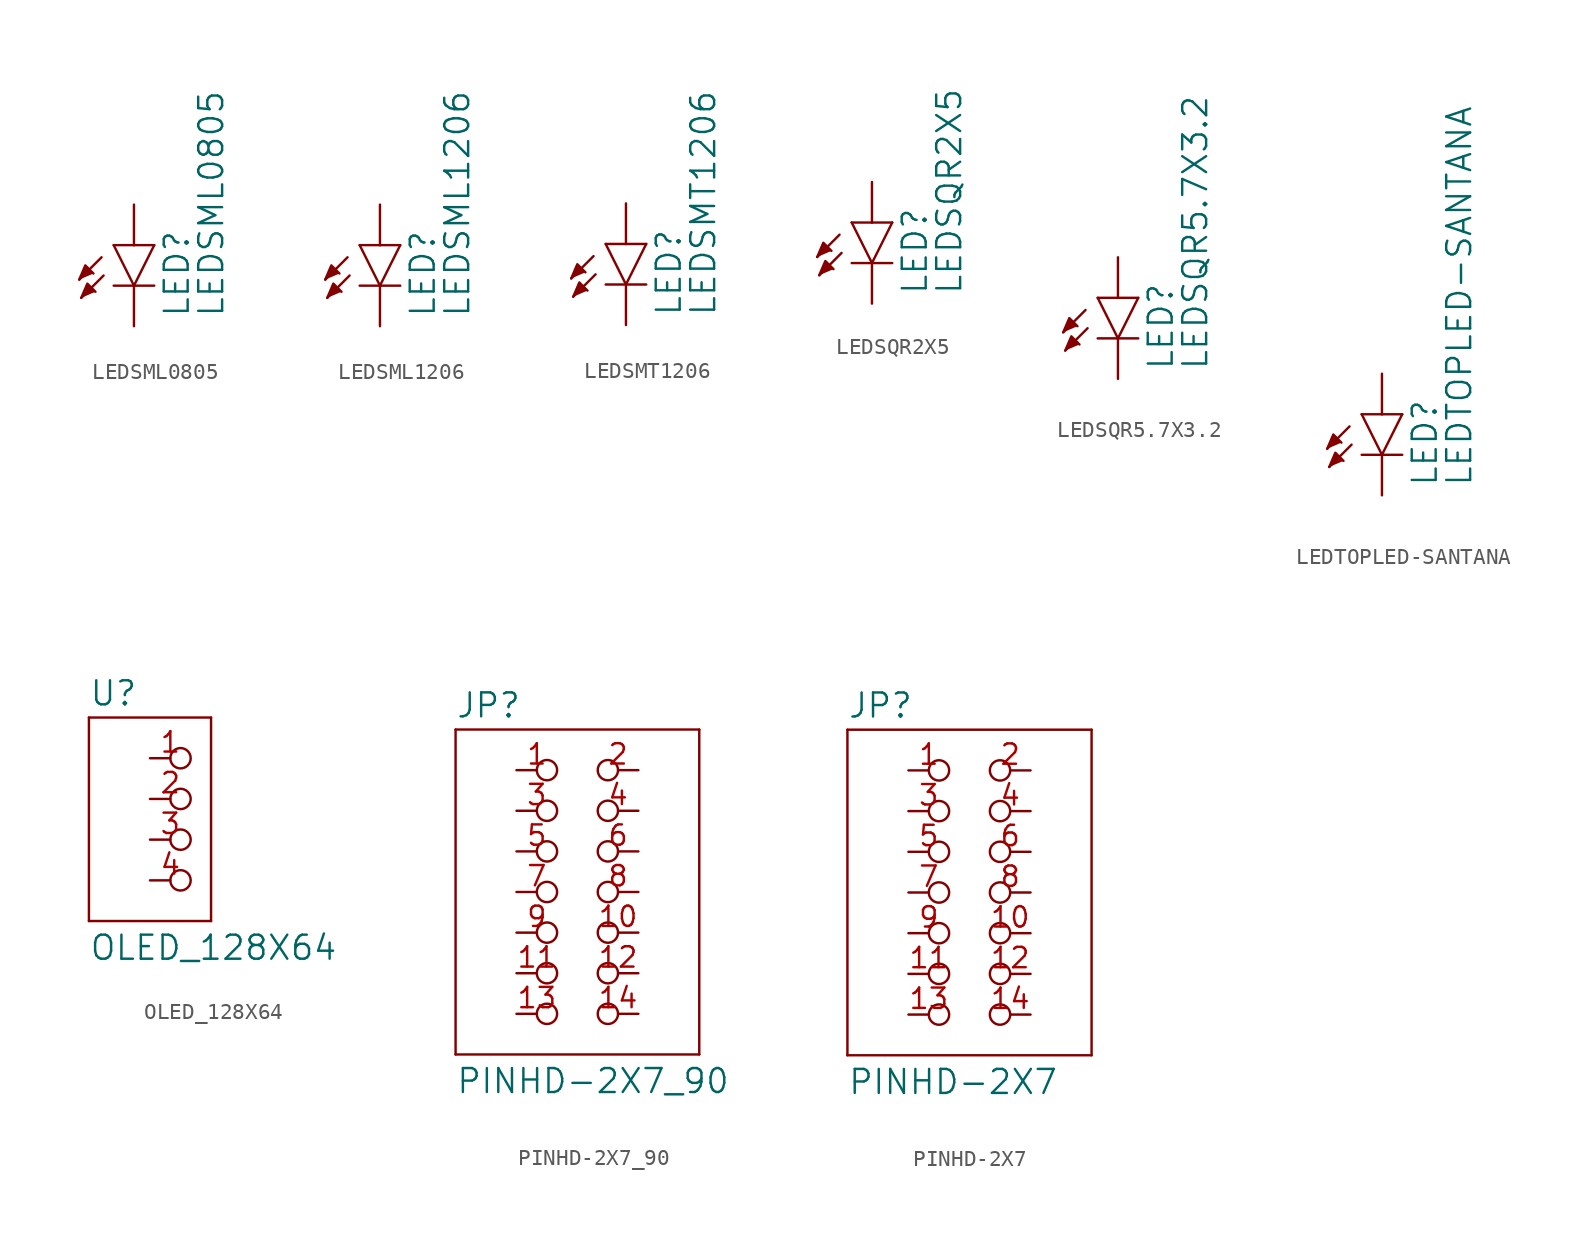
<source format=kicad_sym>
(kicad_symbol_lib
  (version 20211014)
  (generator kicad_symbol_editor)
  (symbol "LEDSML0805"
    (pin_names
      (offset 1.016))
    (property "Reference" "LED"
      (at 3.556 -4.572 90)
      (effects (font (size 1.499 1.499)) (justify left bottom)))
    (property "Value" "LEDSML0805"
      (at 5.715 -4.572 90)
      (effects (font (size 1.499 1.499)) (justify left bottom)))
    (property "ki_locked" ""
      (at 0 0 0)
      (effects (font (size 1.27 1.27))))
    (symbol "LEDSML0805_1_0"
      (polyline (pts (xy -2.032 -0.762) (xy -3.429 -2.159)) (stroke (width 0) (type default) (color 0 0 0 0)) (fill (type none)))
      (polyline (pts (xy -1.905 -1.905) (xy -3.302 -3.302)) (stroke (width 0) (type default) (color 0 0 0 0)) (fill (type none)))
      (polyline (pts (xy 0 -2.54) (xy -1.27 -2.54)) (stroke (width 0) (type default) (color 0 0 0 0)) (fill (type none)))
      (polyline (pts (xy 0 -2.54) (xy -1.27 0)) (stroke (width 0) (type default) (color 0 0 0 0)) (fill (type none)))
      (polyline (pts (xy 0 0) (xy -1.27 0)) (stroke (width 0) (type default) (color 0 0 0 0)) (fill (type none)))
      (polyline (pts (xy 1.27 -2.54) (xy 0 -2.54)) (stroke (width 0) (type default) (color 0 0 0 0)) (fill (type none)))
      (polyline (pts (xy 1.27 0) (xy 0 -2.54)) (stroke (width 0) (type default) (color 0 0 0 0)) (fill (type none)))
      (polyline (pts (xy 1.27 0) (xy 0 0)) (stroke (width 0) (type default) (color 0 0 0 0)) (fill (type none)))
      (polyline (pts (xy -3.429 -2.159) (xy -3.048 -1.27) (xy -2.54 -1.778)) (stroke (width 0) (type default) (color 0 0 0 0)) (fill (type outline)))
      (polyline (pts (xy -3.302 -3.302) (xy -2.921 -2.413) (xy -2.413 -2.921)) (stroke (width 0) (type default) (color 0 0 0 0)) (fill (type outline)))
      (pin passive line (at 0 2.54 270) (length 2.54) (name "A" (effects (font (size 0 0)))) (number "A" (effects (font (size 0 0)))))
      (pin passive line (at 0 -5.08 90) (length 2.54) (name "C" (effects (font (size 0 0)))) (number "C" (effects (font (size 0 0)))))))
  (symbol "LEDSML1206"
    (pin_names
      (offset 1.016))
    (property "Reference" "LED"
      (at 3.556 -4.572 90)
      (effects (font (size 1.499 1.499)) (justify left bottom)))
    (property "Value" "LEDSML1206"
      (at 5.715 -4.572 90)
      (effects (font (size 1.499 1.499)) (justify left bottom)))
    (property "ki_locked" ""
      (at 0 0 0)
      (effects (font (size 1.27 1.27))))
    (symbol "LEDSML1206_1_0"
      (polyline (pts (xy -2.032 -0.762) (xy -3.429 -2.159)) (stroke (width 0) (type default) (color 0 0 0 0)) (fill (type none)))
      (polyline (pts (xy -1.905 -1.905) (xy -3.302 -3.302)) (stroke (width 0) (type default) (color 0 0 0 0)) (fill (type none)))
      (polyline (pts (xy 0 -2.54) (xy -1.27 -2.54)) (stroke (width 0) (type default) (color 0 0 0 0)) (fill (type none)))
      (polyline (pts (xy 0 -2.54) (xy -1.27 0)) (stroke (width 0) (type default) (color 0 0 0 0)) (fill (type none)))
      (polyline (pts (xy 0 0) (xy -1.27 0)) (stroke (width 0) (type default) (color 0 0 0 0)) (fill (type none)))
      (polyline (pts (xy 1.27 -2.54) (xy 0 -2.54)) (stroke (width 0) (type default) (color 0 0 0 0)) (fill (type none)))
      (polyline (pts (xy 1.27 0) (xy 0 -2.54)) (stroke (width 0) (type default) (color 0 0 0 0)) (fill (type none)))
      (polyline (pts (xy 1.27 0) (xy 0 0)) (stroke (width 0) (type default) (color 0 0 0 0)) (fill (type none)))
      (polyline (pts (xy -3.429 -2.159) (xy -3.048 -1.27) (xy -2.54 -1.778)) (stroke (width 0) (type default) (color 0 0 0 0)) (fill (type outline)))
      (polyline (pts (xy -3.302 -3.302) (xy -2.921 -2.413) (xy -2.413 -2.921)) (stroke (width 0) (type default) (color 0 0 0 0)) (fill (type outline)))
      (pin passive line (at 0 2.54 270) (length 2.54) (name "A" (effects (font (size 0 0)))) (number "A" (effects (font (size 0 0)))))
      (pin passive line (at 0 -5.08 90) (length 2.54) (name "C" (effects (font (size 0 0)))) (number "C" (effects (font (size 0 0)))))))
  (symbol "LEDSMT1206"
    (pin_names
      (offset 1.016))
    (property "Reference" "LED"
      (at 3.556 -4.572 90)
      (effects (font (size 1.499 1.499)) (justify left bottom)))
    (property "Value" "LEDSMT1206"
      (at 5.715 -4.572 90)
      (effects (font (size 1.499 1.499)) (justify left bottom)))
    (property "ki_locked" ""
      (at 0 0 0)
      (effects (font (size 1.27 1.27))))
    (symbol "LEDSMT1206_1_0"
      (polyline (pts (xy -2.032 -0.762) (xy -3.429 -2.159)) (stroke (width 0) (type default) (color 0 0 0 0)) (fill (type none)))
      (polyline (pts (xy -1.905 -1.905) (xy -3.302 -3.302)) (stroke (width 0) (type default) (color 0 0 0 0)) (fill (type none)))
      (polyline (pts (xy 0 -2.54) (xy -1.27 -2.54)) (stroke (width 0) (type default) (color 0 0 0 0)) (fill (type none)))
      (polyline (pts (xy 0 -2.54) (xy -1.27 0)) (stroke (width 0) (type default) (color 0 0 0 0)) (fill (type none)))
      (polyline (pts (xy 0 0) (xy -1.27 0)) (stroke (width 0) (type default) (color 0 0 0 0)) (fill (type none)))
      (polyline (pts (xy 1.27 -2.54) (xy 0 -2.54)) (stroke (width 0) (type default) (color 0 0 0 0)) (fill (type none)))
      (polyline (pts (xy 1.27 0) (xy 0 -2.54)) (stroke (width 0) (type default) (color 0 0 0 0)) (fill (type none)))
      (polyline (pts (xy 1.27 0) (xy 0 0)) (stroke (width 0) (type default) (color 0 0 0 0)) (fill (type none)))
      (polyline (pts (xy -3.429 -2.159) (xy -3.048 -1.27) (xy -2.54 -1.778)) (stroke (width 0) (type default) (color 0 0 0 0)) (fill (type outline)))
      (polyline (pts (xy -3.302 -3.302) (xy -2.921 -2.413) (xy -2.413 -2.921)) (stroke (width 0) (type default) (color 0 0 0 0)) (fill (type outline)))
      (pin passive line (at 0 2.54 270) (length 2.54) (name "A" (effects (font (size 0 0)))) (number "A" (effects (font (size 0 0)))))
      (pin passive line (at 0 -5.08 90) (length 2.54) (name "C" (effects (font (size 0 0)))) (number "C" (effects (font (size 0 0)))))))
  (symbol "LEDSQR2X5"
    (pin_names
      (offset 1.016))
    (property "Reference" "LED"
      (at 3.556 -4.572 90)
      (effects (font (size 1.499 1.499)) (justify left bottom)))
    (property "Value" "LEDSQR2X5"
      (at 5.715 -4.572 90)
      (effects (font (size 1.499 1.499)) (justify left bottom)))
    (property "ki_locked" ""
      (at 0 0 0)
      (effects (font (size 1.27 1.27))))
    (symbol "LEDSQR2X5_1_0"
      (polyline (pts (xy -2.032 -0.762) (xy -3.429 -2.159)) (stroke (width 0) (type default) (color 0 0 0 0)) (fill (type none)))
      (polyline (pts (xy -1.905 -1.905) (xy -3.302 -3.302)) (stroke (width 0) (type default) (color 0 0 0 0)) (fill (type none)))
      (polyline (pts (xy 0 -2.54) (xy -1.27 -2.54)) (stroke (width 0) (type default) (color 0 0 0 0)) (fill (type none)))
      (polyline (pts (xy 0 -2.54) (xy -1.27 0)) (stroke (width 0) (type default) (color 0 0 0 0)) (fill (type none)))
      (polyline (pts (xy 0 0) (xy -1.27 0)) (stroke (width 0) (type default) (color 0 0 0 0)) (fill (type none)))
      (polyline (pts (xy 1.27 -2.54) (xy 0 -2.54)) (stroke (width 0) (type default) (color 0 0 0 0)) (fill (type none)))
      (polyline (pts (xy 1.27 0) (xy 0 -2.54)) (stroke (width 0) (type default) (color 0 0 0 0)) (fill (type none)))
      (polyline (pts (xy 1.27 0) (xy 0 0)) (stroke (width 0) (type default) (color 0 0 0 0)) (fill (type none)))
      (polyline (pts (xy -3.429 -2.159) (xy -3.048 -1.27) (xy -2.54 -1.778)) (stroke (width 0) (type default) (color 0 0 0 0)) (fill (type outline)))
      (polyline (pts (xy -3.302 -3.302) (xy -2.921 -2.413) (xy -2.413 -2.921)) (stroke (width 0) (type default) (color 0 0 0 0)) (fill (type outline)))
      (pin passive line (at 0 2.54 270) (length 2.54) (name "A" (effects (font (size 0 0)))) (number "A" (effects (font (size 0 0)))))
      (pin passive line (at 0 -5.08 90) (length 2.54) (name "C" (effects (font (size 0 0)))) (number "K" (effects (font (size 0 0)))))))
  (symbol "LEDSQR5.7X3.2"
    (pin_names
      (offset 1.016))
    (property "Reference" "LED"
      (at 3.556 -4.572 90)
      (effects (font (size 1.499 1.499)) (justify left bottom)))
    (property "Value" "LEDSQR5.7X3.2"
      (at 5.715 -4.572 90)
      (effects (font (size 1.499 1.499)) (justify left bottom)))
    (property "ki_locked" ""
      (at 0 0 0)
      (effects (font (size 1.27 1.27))))
    (symbol "LEDSQR5.7X3.2_1_0"
      (polyline (pts (xy -2.032 -0.762) (xy -3.429 -2.159)) (stroke (width 0) (type default) (color 0 0 0 0)) (fill (type none)))
      (polyline (pts (xy -1.905 -1.905) (xy -3.302 -3.302)) (stroke (width 0) (type default) (color 0 0 0 0)) (fill (type none)))
      (polyline (pts (xy 0 -2.54) (xy -1.27 -2.54)) (stroke (width 0) (type default) (color 0 0 0 0)) (fill (type none)))
      (polyline (pts (xy 0 -2.54) (xy -1.27 0)) (stroke (width 0) (type default) (color 0 0 0 0)) (fill (type none)))
      (polyline (pts (xy 0 0) (xy -1.27 0)) (stroke (width 0) (type default) (color 0 0 0 0)) (fill (type none)))
      (polyline (pts (xy 1.27 -2.54) (xy 0 -2.54)) (stroke (width 0) (type default) (color 0 0 0 0)) (fill (type none)))
      (polyline (pts (xy 1.27 0) (xy 0 -2.54)) (stroke (width 0) (type default) (color 0 0 0 0)) (fill (type none)))
      (polyline (pts (xy 1.27 0) (xy 0 0)) (stroke (width 0) (type default) (color 0 0 0 0)) (fill (type none)))
      (polyline (pts (xy -3.429 -2.159) (xy -3.048 -1.27) (xy -2.54 -1.778)) (stroke (width 0) (type default) (color 0 0 0 0)) (fill (type outline)))
      (polyline (pts (xy -3.302 -3.302) (xy -2.921 -2.413) (xy -2.413 -2.921)) (stroke (width 0) (type default) (color 0 0 0 0)) (fill (type outline)))
      (pin passive line (at 0 2.54 270) (length 2.54) (name "A" (effects (font (size 0 0)))) (number "A" (effects (font (size 0 0)))))
      (pin passive line (at 0 -5.08 90) (length 2.54) (name "C" (effects (font (size 0 0)))) (number "K" (effects (font (size 0 0)))))))
  (symbol "LEDTOPLED-SANTANA"
    (pin_names
      (offset 1.016))
    (property "Reference" "LED"
      (at 3.556 -4.572 90)
      (effects (font (size 1.499 1.499)) (justify left bottom)))
    (property "Value" "LEDTOPLED-SANTANA"
      (at 5.715 -4.572 90)
      (effects (font (size 1.499 1.499)) (justify left bottom)))
    (property "ki_locked" ""
      (at 0 0 0)
      (effects (font (size 1.27 1.27))))
    (symbol "LEDTOPLED-SANTANA_1_0"
      (polyline (pts (xy -2.032 -0.762) (xy -3.429 -2.159)) (stroke (width 0) (type default) (color 0 0 0 0)) (fill (type none)))
      (polyline (pts (xy -1.905 -1.905) (xy -3.302 -3.302)) (stroke (width 0) (type default) (color 0 0 0 0)) (fill (type none)))
      (polyline (pts (xy 0 -2.54) (xy -1.27 -2.54)) (stroke (width 0) (type default) (color 0 0 0 0)) (fill (type none)))
      (polyline (pts (xy 0 -2.54) (xy -1.27 0)) (stroke (width 0) (type default) (color 0 0 0 0)) (fill (type none)))
      (polyline (pts (xy 0 0) (xy -1.27 0)) (stroke (width 0) (type default) (color 0 0 0 0)) (fill (type none)))
      (polyline (pts (xy 1.27 -2.54) (xy 0 -2.54)) (stroke (width 0) (type default) (color 0 0 0 0)) (fill (type none)))
      (polyline (pts (xy 1.27 0) (xy 0 -2.54)) (stroke (width 0) (type default) (color 0 0 0 0)) (fill (type none)))
      (polyline (pts (xy 1.27 0) (xy 0 0)) (stroke (width 0) (type default) (color 0 0 0 0)) (fill (type none)))
      (polyline (pts (xy -3.429 -2.159) (xy -3.048 -1.27) (xy -2.54 -1.778)) (stroke (width 0) (type default) (color 0 0 0 0)) (fill (type outline)))
      (polyline (pts (xy -3.302 -3.302) (xy -2.921 -2.413) (xy -2.413 -2.921)) (stroke (width 0) (type default) (color 0 0 0 0)) (fill (type outline)))
      (pin passive line (at 0 2.54 270) (length 2.54) (name "A" (effects (font (size 0 0)))) (number "A" (effects (font (size 0 0)))))
      (pin passive line (at 0 -5.08 90) (length 2.54) (name "C" (effects (font (size 0 0)))) (number "C" (effects (font (size 0 0)))))))
  (symbol "OLED_128X64"
    (pin_names
      (offset 1.016))
    (property "Reference" "U"
      (at -6.35 8.255 0)
      (effects (font (size 1.499 1.499)) (justify left bottom)))
    (property "Value" "OLED_128X64"
      (at -6.35 -7.62 0)
      (effects (font (size 1.499 1.499)) (justify left bottom)))
    (property "ki_locked" ""
      (at 0 0 0)
      (effects (font (size 1.27 1.27))))
    (symbol "OLED_128X64_1_0"
      (polyline (pts (xy -6.35 -5.08) (xy 1.27 -5.08)) (stroke (width 0) (type default) (color 0 0 0 0)) (fill (type none)))
      (polyline (pts (xy -6.35 7.62) (xy -6.35 -5.08)) (stroke (width 0) (type default) (color 0 0 0 0)) (fill (type none)))
      (polyline (pts (xy 1.27 -5.08) (xy 1.27 7.62)) (stroke (width 0) (type default) (color 0 0 0 0)) (fill (type none)))
      (polyline (pts (xy 1.27 7.62) (xy -6.35 7.62)) (stroke (width 0) (type default) (color 0 0 0 0)) (fill (type none)))
      (pin passive inverted (at -2.54 5.08 0) (length 2.54) (name "1" (effects (font (size 0 0)))) (number "1" (effects (font (size 1.27 1.27)))))
      (pin passive inverted (at -2.54 2.54 0) (length 2.54) (name "2" (effects (font (size 0 0)))) (number "2" (effects (font (size 1.27 1.27)))))
      (pin passive inverted (at -2.54 0 0) (length 2.54) (name "3" (effects (font (size 0 0)))) (number "3" (effects (font (size 1.27 1.27)))))
      (pin passive inverted (at -2.54 -2.54 0) (length 2.54) (name "4" (effects (font (size 0 0)))) (number "4" (effects (font (size 1.27 1.27)))))))
  (symbol "PINHD-2X7_90"
    (pin_names
      (offset 1.016))
    (property "Reference" "JP"
      (at -6.35 10.795 0)
      (effects (font (size 1.499 1.499)) (justify left bottom)))
    (property "Value" "PINHD-2X7_90"
      (at -6.35 -12.7 0)
      (effects (font (size 1.499 1.499)) (justify left bottom)))
    (property "ki_locked" ""
      (at 0 0 0)
      (effects (font (size 1.27 1.27))))
    (symbol "PINHD-2X7_90_1_0"
      (polyline (pts (xy -6.35 -10.16) (xy 8.89 -10.16)) (stroke (width 0) (type default) (color 0 0 0 0)) (fill (type none)))
      (polyline (pts (xy -6.35 10.16) (xy -6.35 -10.16)) (stroke (width 0) (type default) (color 0 0 0 0)) (fill (type none)))
      (polyline (pts (xy 8.89 -10.16) (xy 8.89 10.16)) (stroke (width 0) (type default) (color 0 0 0 0)) (fill (type none)))
      (polyline (pts (xy 8.89 10.16) (xy -6.35 10.16)) (stroke (width 0) (type default) (color 0 0 0 0)) (fill (type none)))
      (pin passive inverted (at -2.54 7.62 0) (length 2.54) (name "1" (effects (font (size 0 0)))) (number "1" (effects (font (size 1.27 1.27)))))
      (pin passive inverted (at 5.08 -2.54 180) (length 2.54) (name "10" (effects (font (size 0 0)))) (number "10" (effects (font (size 1.27 1.27)))))
      (pin passive inverted (at -2.54 -5.08 0) (length 2.54) (name "11" (effects (font (size 0 0)))) (number "11" (effects (font (size 1.27 1.27)))))
      (pin passive inverted (at 5.08 -5.08 180) (length 2.54) (name "12" (effects (font (size 0 0)))) (number "12" (effects (font (size 1.27 1.27)))))
      (pin passive inverted (at -2.54 -7.62 0) (length 2.54) (name "13" (effects (font (size 0 0)))) (number "13" (effects (font (size 1.27 1.27)))))
      (pin passive inverted (at 5.08 -7.62 180) (length 2.54) (name "14" (effects (font (size 0 0)))) (number "14" (effects (font (size 1.27 1.27)))))
      (pin passive inverted (at 5.08 7.62 180) (length 2.54) (name "2" (effects (font (size 0 0)))) (number "2" (effects (font (size 1.27 1.27)))))
      (pin passive inverted (at -2.54 5.08 0) (length 2.54) (name "3" (effects (font (size 0 0)))) (number "3" (effects (font (size 1.27 1.27)))))
      (pin passive inverted (at 5.08 5.08 180) (length 2.54) (name "4" (effects (font (size 0 0)))) (number "4" (effects (font (size 1.27 1.27)))))
      (pin passive inverted (at -2.54 2.54 0) (length 2.54) (name "5" (effects (font (size 0 0)))) (number "5" (effects (font (size 1.27 1.27)))))
      (pin passive inverted (at 5.08 2.54 180) (length 2.54) (name "6" (effects (font (size 0 0)))) (number "6" (effects (font (size 1.27 1.27)))))
      (pin passive inverted (at -2.54 0 0) (length 2.54) (name "7" (effects (font (size 0 0)))) (number "7" (effects (font (size 1.27 1.27)))))
      (pin passive inverted (at 5.08 0 180) (length 2.54) (name "8" (effects (font (size 0 0)))) (number "8" (effects (font (size 1.27 1.27)))))
      (pin passive inverted (at -2.54 -2.54 0) (length 2.54) (name "9" (effects (font (size 0 0)))) (number "9" (effects (font (size 1.27 1.27)))))))
  (symbol "PINHD-2X7"
    (pin_names
      (offset 1.016))
    (property "Reference" "JP"
      (at -6.35 10.795 0)
      (effects (font (size 1.499 1.499)) (justify left bottom)))
    (property "Value" "PINHD-2X7"
      (at -6.35 -12.7 0)
      (effects (font (size 1.499 1.499)) (justify left bottom)))
    (property "ki_locked" ""
      (at 0 0 0)
      (effects (font (size 1.27 1.27))))
    (symbol "PINHD-2X7_1_0"
      (polyline (pts (xy -6.35 -10.16) (xy 8.89 -10.16)) (stroke (width 0) (type default) (color 0 0 0 0)) (fill (type none)))
      (polyline (pts (xy -6.35 10.16) (xy -6.35 -10.16)) (stroke (width 0) (type default) (color 0 0 0 0)) (fill (type none)))
      (polyline (pts (xy 8.89 -10.16) (xy 8.89 10.16)) (stroke (width 0) (type default) (color 0 0 0 0)) (fill (type none)))
      (polyline (pts (xy 8.89 10.16) (xy -6.35 10.16)) (stroke (width 0) (type default) (color 0 0 0 0)) (fill (type none)))
      (pin passive inverted (at -2.54 7.62 0) (length 2.54) (name "1" (effects (font (size 0 0)))) (number "1" (effects (font (size 1.27 1.27)))))
      (pin passive inverted (at 5.08 -2.54 180) (length 2.54) (name "10" (effects (font (size 0 0)))) (number "10" (effects (font (size 1.27 1.27)))))
      (pin passive inverted (at -2.54 -5.08 0) (length 2.54) (name "11" (effects (font (size 0 0)))) (number "11" (effects (font (size 1.27 1.27)))))
      (pin passive inverted (at 5.08 -5.08 180) (length 2.54) (name "12" (effects (font (size 0 0)))) (number "12" (effects (font (size 1.27 1.27)))))
      (pin passive inverted (at -2.54 -7.62 0) (length 2.54) (name "13" (effects (font (size 0 0)))) (number "13" (effects (font (size 1.27 1.27)))))
      (pin passive inverted (at 5.08 -7.62 180) (length 2.54) (name "14" (effects (font (size 0 0)))) (number "14" (effects (font (size 1.27 1.27)))))
      (pin passive inverted (at 5.08 7.62 180) (length 2.54) (name "2" (effects (font (size 0 0)))) (number "2" (effects (font (size 1.27 1.27)))))
      (pin passive inverted (at -2.54 5.08 0) (length 2.54) (name "3" (effects (font (size 0 0)))) (number "3" (effects (font (size 1.27 1.27)))))
      (pin passive inverted (at 5.08 5.08 180) (length 2.54) (name "4" (effects (font (size 0 0)))) (number "4" (effects (font (size 1.27 1.27)))))
      (pin passive inverted (at -2.54 2.54 0) (length 2.54) (name "5" (effects (font (size 0 0)))) (number "5" (effects (font (size 1.27 1.27)))))
      (pin passive inverted (at 5.08 2.54 180) (length 2.54) (name "6" (effects (font (size 0 0)))) (number "6" (effects (font (size 1.27 1.27)))))
      (pin passive inverted (at -2.54 0 0) (length 2.54) (name "7" (effects (font (size 0 0)))) (number "7" (effects (font (size 1.27 1.27)))))
      (pin passive inverted (at 5.08 0 180) (length 2.54) (name "8" (effects (font (size 0 0)))) (number "8" (effects (font (size 1.27 1.27)))))
      (pin passive inverted (at -2.54 -2.54 0) (length 2.54) (name "9" (effects (font (size 0 0)))) (number "9" (effects (font (size 1.27 1.27))))))))
</source>
